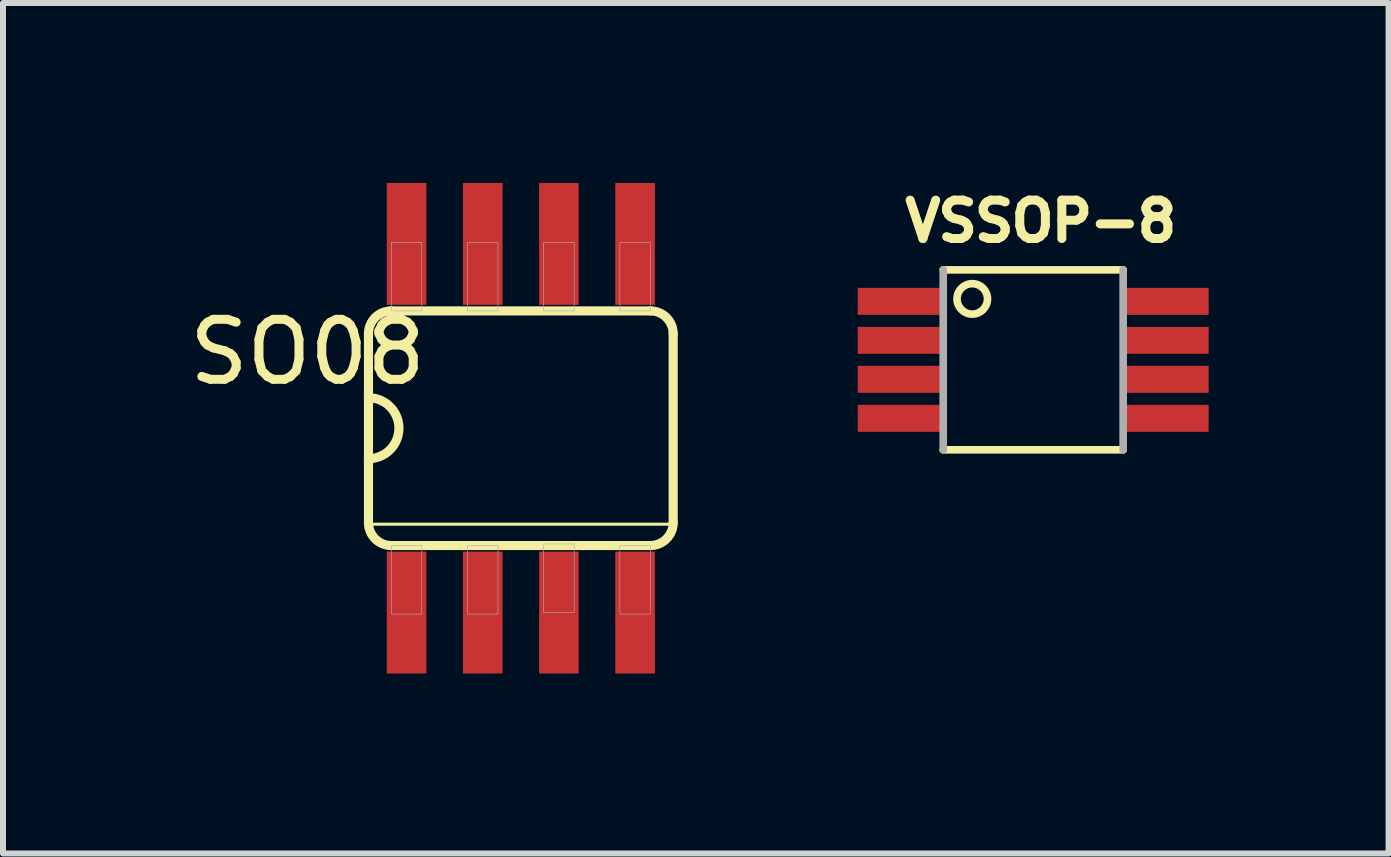
<source format=kicad_pcb>
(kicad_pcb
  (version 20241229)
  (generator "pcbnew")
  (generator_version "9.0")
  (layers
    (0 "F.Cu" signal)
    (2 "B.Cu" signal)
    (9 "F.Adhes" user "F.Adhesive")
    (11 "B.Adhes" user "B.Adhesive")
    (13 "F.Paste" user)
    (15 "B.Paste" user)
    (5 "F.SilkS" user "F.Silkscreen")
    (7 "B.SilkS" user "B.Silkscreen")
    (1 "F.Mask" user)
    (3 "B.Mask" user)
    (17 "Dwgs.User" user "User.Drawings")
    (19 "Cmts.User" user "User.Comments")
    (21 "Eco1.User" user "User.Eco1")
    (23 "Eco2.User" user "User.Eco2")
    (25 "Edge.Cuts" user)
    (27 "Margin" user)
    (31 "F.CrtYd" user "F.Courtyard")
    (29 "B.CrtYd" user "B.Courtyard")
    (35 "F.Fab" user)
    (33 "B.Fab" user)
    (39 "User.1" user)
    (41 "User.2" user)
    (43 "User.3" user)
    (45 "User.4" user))
  (footprint "VSSOP-8"
    (layer "F.Cu")
    (at 14.175 2.949)
    (property "Reference" "VSSOP-8" (at 0.127 -2.311 0) (layer "F.SilkS") (effects (font (size 0.64 0.64) (thickness 0.15))))
    (attr smd)
    (fp_line (start -1.5 -1.5) (end 1.5 -1.5) (stroke (width 0.127) (type solid)) (layer "F.SilkS"))
    (fp_line (start 1.5 1.5) (end -1.5 1.5) (stroke (width 0.127) (type solid)) (layer "F.SilkS"))
    (fp_circle (center -1.016 -1.016) (end -0.762 -1.016) (stroke (width 0.127) (type solid)) (fill no) (layer "F.SilkS"))
    (fp_line (start -1.5 1.5) (end -1.5 -1.5) (stroke (width 0.127) (type solid)) (layer "F.Fab"))
    (fp_line (start 1.5 -1.5) (end 1.5 1.5) (stroke (width 0.127) (type solid)) (layer "F.Fab"))
    (pad "1" smd rect (at -2.2 -0.975) (size 1.45 0.45) (layers "F.Cu" "F.Mask" "F.Paste"))
    (pad "2" smd rect (at -2.2 -0.325) (size 1.45 0.45) (layers "F.Cu" "F.Mask" "F.Paste"))
    (pad "3" smd rect (at -2.2 0.325) (size 1.45 0.45) (layers "F.Cu" "F.Mask" "F.Paste"))
    (pad "4" smd rect (at -2.2 0.975) (size 1.45 0.45) (layers "F.Cu" "F.Mask" "F.Paste"))
    (pad "5" smd rect (at 2.2 0.975) (size 1.45 0.45) (layers "F.Cu" "F.Mask" "F.Paste"))
    (pad "6" smd rect (at 2.2 0.325) (size 1.45 0.45) (layers "F.Cu" "F.Mask" "F.Paste"))
    (pad "7" smd rect (at 2.2 -0.325) (size 1.45 0.45) (layers "F.Cu" "F.Mask" "F.Paste"))
    (pad "8" smd rect (at 2.2 -0.975) (size 1.45 0.45) (layers "F.Cu" "F.Mask" "F.Paste")))
  (footprint "SO08"
    (layer "F.Cu")
    (at 5.633 4.089)
    (property "Reference" "SO08" (at -3.556 -1.27 180) (layer "F.SilkS") (effects (font (size 1 1) (thickness 0.15))))
    (attr smd)
    (fp_line (start -2.54 -1.575) (end -2.54 -0.508) (stroke (width 0.152) (type solid)) (layer "F.SilkS"))
    (fp_line (start -2.54 -0.508) (end -2.54 0.508) (stroke (width 0.152) (type solid)) (layer "F.SilkS"))
    (fp_line (start -2.54 0.508) (end -2.54 1.575) (stroke (width 0.152) (type solid)) (layer "F.SilkS"))
    (fp_line (start -2.54 1.6) (end 2.54 1.6) (stroke (width 0.051) (type solid)) (layer "F.SilkS"))
    (fp_line (start -2.159 1.956) (end 2.159 1.956) (stroke (width 0.152) (type solid)) (layer "F.SilkS"))
    (fp_line (start 2.159 -1.956) (end -2.159 -1.956) (stroke (width 0.152) (type solid)) (layer "F.SilkS"))
    (fp_line (start 2.54 1.575) (end 2.54 -1.575) (stroke (width 0.152) (type solid)) (layer "F.SilkS"))
    (fp_arc (start -2.54 -1.5748) (mid -2.428408 -1.844208) (end -2.159 -1.9558) (stroke (width 0.1524) (type solid)) (layer "F.SilkS"))
    (fp_arc (start -2.54 -0.508) (mid -2.032 0) (end -2.54 0.508) (stroke (width 0.1524) (type solid)) (layer "F.SilkS"))
    (fp_arc (start -2.159 1.9558) (mid -2.428408 1.844208) (end -2.54 1.5748) (stroke (width 0.1524) (type solid)) (layer "F.SilkS"))
    (fp_arc (start 2.159 -1.9558) (mid 2.428408 -1.844208) (end 2.54 -1.5748) (stroke (width 0.1524) (type solid)) (layer "F.SilkS"))
    (fp_arc (start 2.54 1.5748) (mid 2.428408 1.844208) (end 2.159 1.9558) (stroke (width 0.1524) (type solid)) (layer "F.SilkS"))
    (fp_poly (pts (xy -2.159 -3.099) (xy -1.651 -3.099) (xy -1.651 -1.956) (xy -2.159 -1.956)) (stroke (width 0.01) (type solid)) (fill no) (layer "F.Fab"))
    (fp_poly (pts (xy -2.159 1.956) (xy -1.651 1.956) (xy -1.651 3.099) (xy -2.159 3.099)) (stroke (width 0.01) (type solid)) (fill no) (layer "F.Fab"))
    (fp_poly (pts (xy -0.889 -3.099) (xy -0.381 -3.099) (xy -0.381 -1.956) (xy -0.889 -1.956)) (stroke (width 0.01) (type solid)) (fill no) (layer "F.Fab"))
    (fp_poly (pts (xy -0.889 1.956) (xy -0.381 1.956) (xy -0.381 3.099) (xy -0.889 3.099)) (stroke (width 0.01) (type solid)) (fill no) (layer "F.Fab"))
    (fp_poly (pts (xy 0.381 -3.099) (xy 0.889 -3.099) (xy 0.889 -1.956) (xy 0.381 -1.956)) (stroke (width 0.01) (type solid)) (fill no) (layer "F.Fab"))
    (fp_poly (pts (xy 0.381 1.93) (xy 0.889 1.93) (xy 0.889 3.073) (xy 0.381 3.073)) (stroke (width 0.01) (type solid)) (fill no) (layer "F.Fab"))
    (fp_poly (pts (xy 1.651 -3.099) (xy 2.159 -3.099) (xy 2.159 -1.956) (xy 1.651 -1.956)) (stroke (width 0.01) (type solid)) (fill no) (layer "F.Fab"))
    (fp_poly (pts (xy 1.651 1.956) (xy 2.159 1.956) (xy 2.159 3.099) (xy 1.651 3.099)) (stroke (width 0.01) (type solid)) (fill no) (layer "F.Fab"))
    (pad "1" smd rect (at -1.905 3.073) (size 0.66 2.032) (layers "F.Cu" "F.Mask" "F.Paste"))
    (pad "2" smd rect (at -0.635 3.073) (size 0.66 2.032) (layers "F.Cu" "F.Mask" "F.Paste"))
    (pad "3" smd rect (at 0.635 3.073) (size 0.66 2.032) (layers "F.Cu" "F.Mask" "F.Paste"))
    (pad "4" smd rect (at 1.905 3.073) (size 0.66 2.032) (layers "F.Cu" "F.Mask" "F.Paste"))
    (pad "5" smd rect (at 1.905 -3.073) (size 0.66 2.032) (layers "F.Cu" "F.Mask" "F.Paste"))
    (pad "6" smd rect (at 0.635 -3.073) (size 0.66 2.032) (layers "F.Cu" "F.Mask" "F.Paste"))
    (pad "7" smd rect (at -0.635 -3.073) (size 0.66 2.032) (layers "F.Cu" "F.Mask" "F.Paste"))
    (pad "8" smd rect (at -1.905 -3.073) (size 0.66 2.032) (layers "F.Cu" "F.Mask" "F.Paste")))
  (gr_rect
    (start -3 -3)
    (end 20.1 11.179)
    (stroke (width 0.1) (type default))
    (fill no)
    (layer "Edge.Cuts")))
</source>
